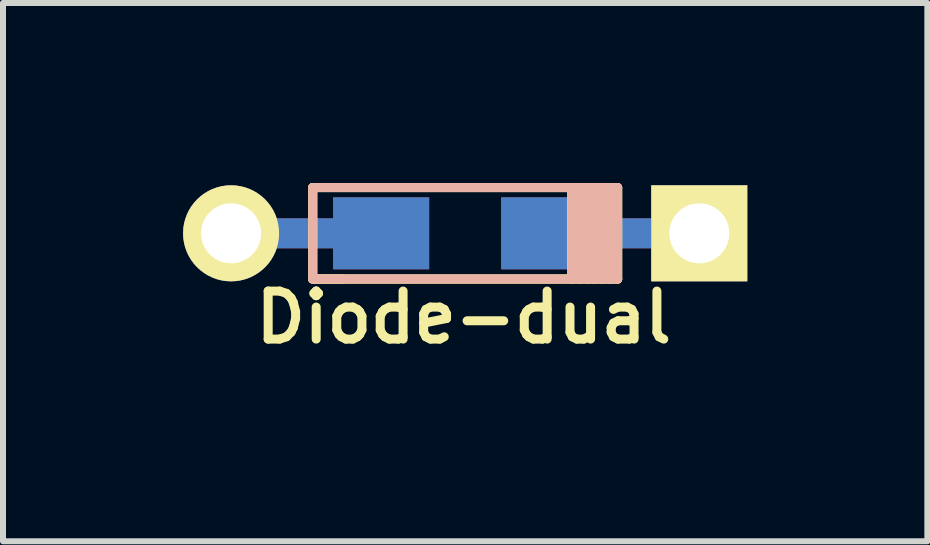
<source format=kicad_pcb>
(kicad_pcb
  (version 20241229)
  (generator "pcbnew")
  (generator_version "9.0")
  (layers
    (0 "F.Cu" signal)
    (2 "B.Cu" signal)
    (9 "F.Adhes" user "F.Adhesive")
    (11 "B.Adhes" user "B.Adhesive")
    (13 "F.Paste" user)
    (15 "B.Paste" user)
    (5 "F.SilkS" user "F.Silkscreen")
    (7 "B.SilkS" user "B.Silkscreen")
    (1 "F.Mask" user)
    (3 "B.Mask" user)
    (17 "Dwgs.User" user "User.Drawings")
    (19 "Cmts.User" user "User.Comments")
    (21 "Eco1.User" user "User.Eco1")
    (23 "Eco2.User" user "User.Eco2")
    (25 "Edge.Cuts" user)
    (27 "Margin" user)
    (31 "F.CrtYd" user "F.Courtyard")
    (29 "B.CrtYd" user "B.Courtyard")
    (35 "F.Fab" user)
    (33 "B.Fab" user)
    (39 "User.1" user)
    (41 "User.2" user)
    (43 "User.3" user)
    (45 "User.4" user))
  (footprint "Diode-dual"
    (layer "F.Cu")
    (at 4.7 0.837)
    (property "Reference" "Diode-dual" (at -0.025 1.4 0) (layer "F.SilkS") (effects (font (size 0.8 0.8) (thickness 0.15))))
    (attr smd)
    (fp_line (start -2.54 -0.762) (end -2.54 0.762) (stroke (width 0.15) (type solid)) (layer "F.SilkS"))
    (fp_line (start -2.54 -0.762) (end -2.54 0.762) (stroke (width 0.15) (type solid)) (layer "F.SilkS"))
    (fp_line (start -2.54 0.762) (end -2.032 0.762) (stroke (width 0.15) (type solid)) (layer "F.SilkS"))
    (fp_line (start -2.54 0.762) (end 2.54 0.762) (stroke (width 0.15) (type solid)) (layer "F.SilkS"))
    (fp_line (start -2.54 0.762) (end 2.54 0.762) (stroke (width 0.15) (type solid)) (layer "F.SilkS"))
    (fp_line (start 1.778 0.762) (end 1.778 -0.762) (stroke (width 0.15) (type solid)) (layer "F.SilkS"))
    (fp_line (start 1.778 0.762) (end 1.778 -0.762) (stroke (width 0.15) (type solid)) (layer "F.SilkS"))
    (fp_line (start 1.905 0.762) (end 1.905 -0.762) (stroke (width 0.15) (type solid)) (layer "F.SilkS"))
    (fp_line (start 1.905 0.762) (end 1.905 -0.762) (stroke (width 0.15) (type solid)) (layer "F.SilkS"))
    (fp_line (start 2.032 -0.762) (end 2.032 0.762) (stroke (width 0.15) (type solid)) (layer "F.SilkS"))
    (fp_line (start 2.032 -0.762) (end 2.032 0.762) (stroke (width 0.15) (type solid)) (layer "F.SilkS"))
    (fp_line (start 2.159 0.762) (end 2.159 -0.762) (stroke (width 0.15) (type solid)) (layer "F.SilkS"))
    (fp_line (start 2.159 0.762) (end 2.159 -0.762) (stroke (width 0.15) (type solid)) (layer "F.SilkS"))
    (fp_line (start 2.286 -0.762) (end 2.286 0.762) (stroke (width 0.15) (type solid)) (layer "F.SilkS"))
    (fp_line (start 2.286 -0.762) (end 2.286 0.762) (stroke (width 0.15) (type solid)) (layer "F.SilkS"))
    (fp_line (start 2.413 0.762) (end 2.413 -0.762) (stroke (width 0.15) (type solid)) (layer "F.SilkS"))
    (fp_line (start 2.413 0.762) (end 2.413 -0.762) (stroke (width 0.15) (type solid)) (layer "F.SilkS"))
    (fp_line (start 2.54 -0.762) (end -2.54 -0.762) (stroke (width 0.15) (type solid)) (layer "F.SilkS"))
    (fp_line (start 2.54 -0.762) (end -2.54 -0.762) (stroke (width 0.15) (type solid)) (layer "F.SilkS"))
    (fp_line (start 2.54 0.762) (end 2.54 -0.762) (stroke (width 0.15) (type solid)) (layer "F.SilkS"))
    (fp_line (start 2.54 0.762) (end 2.54 -0.762) (stroke (width 0.15) (type solid)) (layer "F.SilkS"))
    (fp_line (start -2.54 -0.762) (end 2.54 -0.762) (stroke (width 0.15) (type solid)) (layer "B.SilkS"))
    (fp_line (start -2.54 0.762) (end -2.54 -0.762) (stroke (width 0.15) (type solid)) (layer "B.SilkS"))
    (fp_line (start 1.778 -0.762) (end 1.778 0.762) (stroke (width 0.15) (type solid)) (layer "B.SilkS"))
    (fp_line (start 1.905 -0.762) (end 1.905 0.762) (stroke (width 0.15) (type solid)) (layer "B.SilkS"))
    (fp_line (start 2.032 0.762) (end 2.032 -0.762) (stroke (width 0.15) (type solid)) (layer "B.SilkS"))
    (fp_line (start 2.159 -0.762) (end 2.159 0.762) (stroke (width 0.15) (type solid)) (layer "B.SilkS"))
    (fp_line (start 2.286 0.762) (end 2.286 -0.762) (stroke (width 0.15) (type solid)) (layer "B.SilkS"))
    (fp_line (start 2.413 -0.762) (end 2.413 0.762) (stroke (width 0.15) (type solid)) (layer "B.SilkS"))
    (fp_line (start 2.54 -0.762) (end 2.54 0.762) (stroke (width 0.15) (type solid)) (layer "B.SilkS"))
    (fp_line (start 2.54 0.762) (end -2.54 0.762) (stroke (width 0.15) (type solid)) (layer "B.SilkS"))
    (pad "1" smd rect (at 1.4 0) (size 1.6 1.2) (layers "F.Cu" "F.Mask" "F.Paste"))
    (pad "1" smd rect (at 1.4 0) (size 1.6 1.2) (layers "B.Cu" "B.Mask" "B.Paste"))
    (pad "1" smd rect (at 2.5 0) (size 2.9 0.5) (layers "F.Cu"))
    (pad "1" smd rect (at 2.5 0) (size 2.9 0.5) (layers "B.Cu"))
    (pad "1" thru_hole rect (at 3.9 0) (size 1.6 1.6) (drill 1) (layers "*.Cu" "*.Mask" "F.SilkS"))
    (pad "2" thru_hole circle (at -3.9 0) (size 1.6 1.6) (drill 1) (layers "*.Cu" "*.Mask" "F.SilkS"))
    (pad "2" smd rect (at -2.5 0) (size 2.9 0.5) (layers "F.Cu"))
    (pad "2" smd rect (at -2.5 0) (size 2.9 0.5) (layers "B.Cu"))
    (pad "2" smd rect (at -1.4 0) (size 1.6 1.2) (layers "F.Cu" "F.Mask" "F.Paste"))
    (pad "2" smd rect (at -1.4 0) (size 1.6 1.2) (layers "B.Cu" "B.Mask" "B.Paste")))
  (gr_rect
    (start -3 -3)
    (end 12.4 5.968)
    (stroke (width 0.1) (type default))
    (fill no)
    (layer "Edge.Cuts")))
</source>
